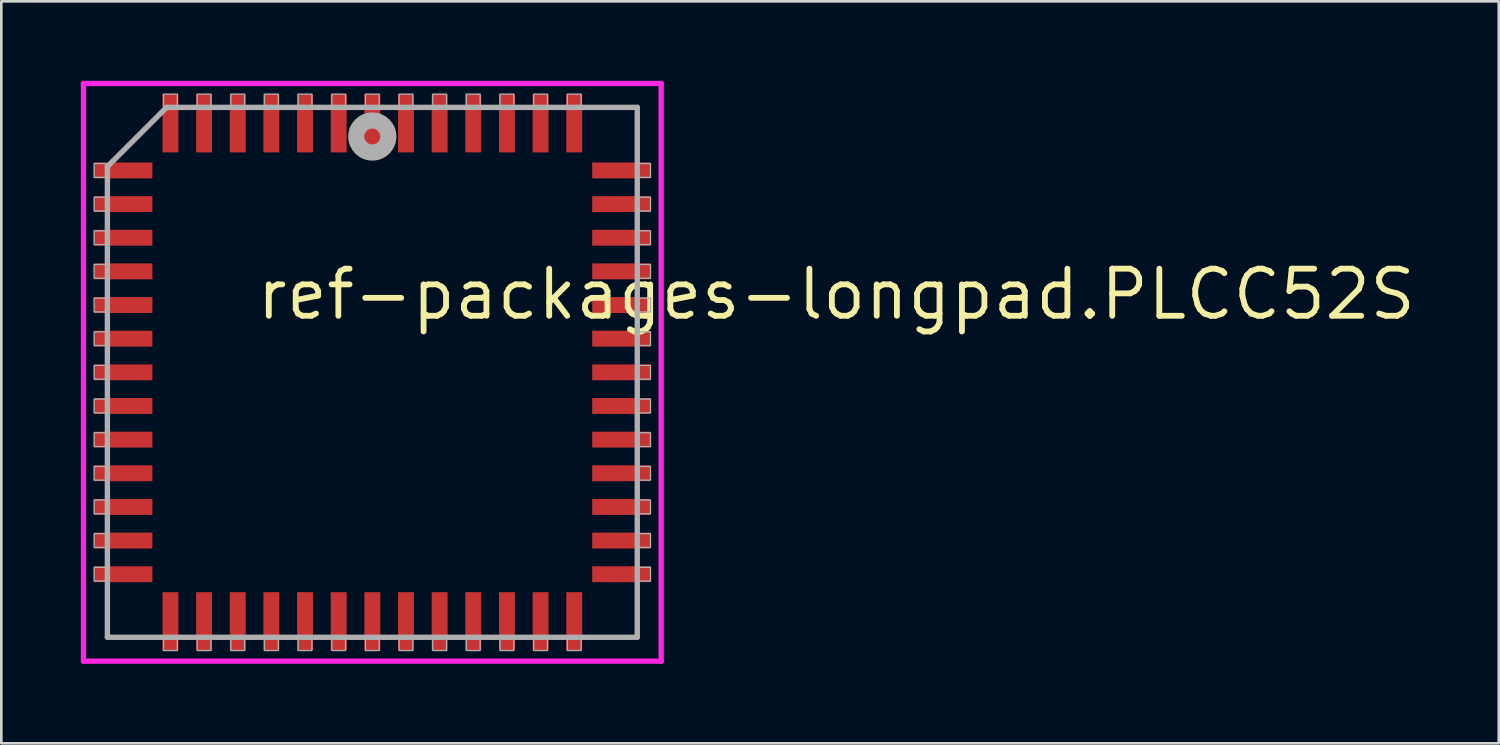
<source format=kicad_pcb>
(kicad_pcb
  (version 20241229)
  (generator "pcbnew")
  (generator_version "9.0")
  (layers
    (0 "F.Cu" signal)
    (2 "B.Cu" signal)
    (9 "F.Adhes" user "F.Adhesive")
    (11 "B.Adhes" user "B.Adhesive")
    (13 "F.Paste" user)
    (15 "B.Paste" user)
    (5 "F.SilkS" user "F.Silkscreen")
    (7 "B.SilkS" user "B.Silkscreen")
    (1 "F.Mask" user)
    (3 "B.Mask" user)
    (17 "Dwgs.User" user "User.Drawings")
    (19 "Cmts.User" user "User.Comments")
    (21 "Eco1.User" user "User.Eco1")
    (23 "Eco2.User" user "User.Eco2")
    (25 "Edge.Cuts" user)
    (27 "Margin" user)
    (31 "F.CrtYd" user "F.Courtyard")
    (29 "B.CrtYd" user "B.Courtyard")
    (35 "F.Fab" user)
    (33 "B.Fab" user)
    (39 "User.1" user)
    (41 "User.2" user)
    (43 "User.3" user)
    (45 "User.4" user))
  (footprint "ref-packages-longpad.PLCC52S"
    (layer "F.Cu")
    (at 11.003 11.003)
    (property "Reference" "ref-packages-longpad.PLCC52S" (at -4.475 -1.905 0) (layer "F.SilkS") (effects (font (size 1.778 1.778) (thickness 0.22)) (justify left bottom)))
    (attr smd)
    (fp_line (start -10.903 -10.903) (end 10.903 -10.903) (stroke (width 0.2) (type default)) (layer "F.CrtYd"))
    (fp_line (start -10.903 10.903) (end -10.903 -10.903) (stroke (width 0.2) (type default)) (layer "F.CrtYd"))
    (fp_line (start 10.903 -10.903) (end 10.903 10.903) (stroke (width 0.2) (type default)) (layer "F.CrtYd"))
    (fp_line (start 10.903 10.903) (end -10.903 10.903) (stroke (width 0.2) (type default)) (layer "F.CrtYd"))
    (fp_line (start -10 -7.765) (end -10 10) (stroke (width 0.203) (type default)) (layer "F.Fab"))
    (fp_line (start -10 10) (end 10 10) (stroke (width 0.203) (type default)) (layer "F.Fab"))
    (fp_line (start -7.765 -10) (end -10 -7.765) (stroke (width 0.203) (type default)) (layer "F.Fab"))
    (fp_line (start 10 -10) (end -7.765 -10) (stroke (width 0.203) (type default)) (layer "F.Fab"))
    (fp_line (start 10 10) (end 10 -10) (stroke (width 0.203) (type default)) (layer "F.Fab"))
    (fp_rect (start -10.5 -7.36) (end -10.05 -7.88) (stroke (width 0.05) (type default)) (fill no) (layer "F.Fab"))
    (fp_rect (start -10.5 -6.09) (end -10.05 -6.61) (stroke (width 0.05) (type default)) (fill no) (layer "F.Fab"))
    (fp_rect (start -10.5 -4.82) (end -10.05 -5.34) (stroke (width 0.05) (type default)) (fill no) (layer "F.Fab"))
    (fp_rect (start -10.5 -3.55) (end -10.05 -4.07) (stroke (width 0.05) (type default)) (fill no) (layer "F.Fab"))
    (fp_rect (start -10.5 -2.28) (end -10.05 -2.8) (stroke (width 0.05) (type default)) (fill no) (layer "F.Fab"))
    (fp_rect (start -10.5 -1.01) (end -10.05 -1.53) (stroke (width 0.05) (type default)) (fill no) (layer "F.Fab"))
    (fp_rect (start -10.5 0.26) (end -10.05 -0.26) (stroke (width 0.05) (type default)) (fill no) (layer "F.Fab"))
    (fp_rect (start -10.5 1.53) (end -10.05 1.01) (stroke (width 0.05) (type default)) (fill no) (layer "F.Fab"))
    (fp_rect (start -10.5 2.8) (end -10.05 2.28) (stroke (width 0.05) (type default)) (fill no) (layer "F.Fab"))
    (fp_rect (start -10.5 4.07) (end -10.05 3.55) (stroke (width 0.05) (type default)) (fill no) (layer "F.Fab"))
    (fp_rect (start -10.5 5.34) (end -10.05 4.82) (stroke (width 0.05) (type default)) (fill no) (layer "F.Fab"))
    (fp_rect (start -10.5 6.61) (end -10.05 6.09) (stroke (width 0.05) (type default)) (fill no) (layer "F.Fab"))
    (fp_rect (start -10.5 7.88) (end -10.05 7.36) (stroke (width 0.05) (type default)) (fill no) (layer "F.Fab"))
    (fp_rect (start -7.88 -10.05) (end -7.36 -10.5) (stroke (width 0.05) (type default)) (fill no) (layer "F.Fab"))
    (fp_rect (start -7.88 10.5) (end -7.36 10.05) (stroke (width 0.05) (type default)) (fill no) (layer "F.Fab"))
    (fp_rect (start -6.61 -10.05) (end -6.09 -10.5) (stroke (width 0.05) (type default)) (fill no) (layer "F.Fab"))
    (fp_rect (start -6.61 10.5) (end -6.09 10.05) (stroke (width 0.05) (type default)) (fill no) (layer "F.Fab"))
    (fp_rect (start -5.34 -10.05) (end -4.82 -10.5) (stroke (width 0.05) (type default)) (fill no) (layer "F.Fab"))
    (fp_rect (start -5.34 10.5) (end -4.82 10.05) (stroke (width 0.05) (type default)) (fill no) (layer "F.Fab"))
    (fp_rect (start -4.07 -10.05) (end -3.55 -10.5) (stroke (width 0.05) (type default)) (fill no) (layer "F.Fab"))
    (fp_rect (start -4.07 10.5) (end -3.55 10.05) (stroke (width 0.05) (type default)) (fill no) (layer "F.Fab"))
    (fp_rect (start -2.8 -10.05) (end -2.28 -10.5) (stroke (width 0.05) (type default)) (fill no) (layer "F.Fab"))
    (fp_rect (start -2.8 10.5) (end -2.28 10.05) (stroke (width 0.05) (type default)) (fill no) (layer "F.Fab"))
    (fp_rect (start -1.53 -10.05) (end -1.01 -10.5) (stroke (width 0.05) (type default)) (fill no) (layer "F.Fab"))
    (fp_rect (start -1.53 10.5) (end -1.01 10.05) (stroke (width 0.05) (type default)) (fill no) (layer "F.Fab"))
    (fp_rect (start -0.26 -10.05) (end 0.26 -10.5) (stroke (width 0.05) (type default)) (fill no) (layer "F.Fab"))
    (fp_rect (start -0.26 10.5) (end 0.26 10.05) (stroke (width 0.05) (type default)) (fill no) (layer "F.Fab"))
    (fp_rect (start 1.01 -10.05) (end 1.53 -10.5) (stroke (width 0.05) (type default)) (fill no) (layer "F.Fab"))
    (fp_rect (start 1.01 10.5) (end 1.53 10.05) (stroke (width 0.05) (type default)) (fill no) (layer "F.Fab"))
    (fp_rect (start 2.28 -10.05) (end 2.8 -10.5) (stroke (width 0.05) (type default)) (fill no) (layer "F.Fab"))
    (fp_rect (start 2.28 10.5) (end 2.8 10.05) (stroke (width 0.05) (type default)) (fill no) (layer "F.Fab"))
    (fp_rect (start 3.55 -10.05) (end 4.07 -10.5) (stroke (width 0.05) (type default)) (fill no) (layer "F.Fab"))
    (fp_rect (start 3.55 10.5) (end 4.07 10.05) (stroke (width 0.05) (type default)) (fill no) (layer "F.Fab"))
    (fp_rect (start 4.82 -10.05) (end 5.34 -10.5) (stroke (width 0.05) (type default)) (fill no) (layer "F.Fab"))
    (fp_rect (start 4.82 10.5) (end 5.34 10.05) (stroke (width 0.05) (type default)) (fill no) (layer "F.Fab"))
    (fp_rect (start 6.09 -10.05) (end 6.61 -10.5) (stroke (width 0.05) (type default)) (fill no) (layer "F.Fab"))
    (fp_rect (start 6.09 10.5) (end 6.61 10.05) (stroke (width 0.05) (type default)) (fill no) (layer "F.Fab"))
    (fp_rect (start 7.36 -10.05) (end 7.88 -10.5) (stroke (width 0.05) (type default)) (fill no) (layer "F.Fab"))
    (fp_rect (start 7.36 10.5) (end 7.88 10.05) (stroke (width 0.05) (type default)) (fill no) (layer "F.Fab"))
    (fp_rect (start 10.05 -7.36) (end 10.5 -7.88) (stroke (width 0.05) (type default)) (fill no) (layer "F.Fab"))
    (fp_rect (start 10.05 -6.09) (end 10.5 -6.61) (stroke (width 0.05) (type default)) (fill no) (layer "F.Fab"))
    (fp_rect (start 10.05 -4.82) (end 10.5 -5.34) (stroke (width 0.05) (type default)) (fill no) (layer "F.Fab"))
    (fp_rect (start 10.05 -3.55) (end 10.5 -4.07) (stroke (width 0.05) (type default)) (fill no) (layer "F.Fab"))
    (fp_rect (start 10.05 -2.28) (end 10.5 -2.8) (stroke (width 0.05) (type default)) (fill no) (layer "F.Fab"))
    (fp_rect (start 10.05 -1.01) (end 10.5 -1.53) (stroke (width 0.05) (type default)) (fill no) (layer "F.Fab"))
    (fp_rect (start 10.05 0.26) (end 10.5 -0.26) (stroke (width 0.05) (type default)) (fill no) (layer "F.Fab"))
    (fp_rect (start 10.05 1.53) (end 10.5 1.01) (stroke (width 0.05) (type default)) (fill no) (layer "F.Fab"))
    (fp_rect (start 10.05 2.8) (end 10.5 2.28) (stroke (width 0.05) (type default)) (fill no) (layer "F.Fab"))
    (fp_rect (start 10.05 4.07) (end 10.5 3.55) (stroke (width 0.05) (type default)) (fill no) (layer "F.Fab"))
    (fp_rect (start 10.05 5.34) (end 10.5 4.82) (stroke (width 0.05) (type default)) (fill no) (layer "F.Fab"))
    (fp_rect (start 10.05 6.61) (end 10.5 6.09) (stroke (width 0.05) (type default)) (fill no) (layer "F.Fab"))
    (fp_rect (start 10.05 7.88) (end 10.5 7.36) (stroke (width 0.05) (type default)) (fill no) (layer "F.Fab"))
    (fp_circle (center 0 -8.9) (end 0.3 -8.9) (stroke (width 0.61) (type default)) (fill no) (layer "F.Fab"))
    (pad "1" smd roundrect (at 0 -9.4) (size 0.6 2.2) (layers "F.Cu" "F.Mask" "F.Paste") (roundrect_rratio 0.01))
    (pad "2" smd roundrect (at -1.27 -9.4) (size 0.6 2.2) (layers "F.Cu" "F.Mask" "F.Paste") (roundrect_rratio 0.01))
    (pad "3" smd roundrect (at -2.54 -9.4) (size 0.6 2.2) (layers "F.Cu" "F.Mask" "F.Paste") (roundrect_rratio 0.01))
    (pad "4" smd roundrect (at -3.81 -9.4) (size 0.6 2.2) (layers "F.Cu" "F.Mask" "F.Paste") (roundrect_rratio 0.01))
    (pad "5" smd roundrect (at -5.08 -9.4) (size 0.6 2.2) (layers "F.Cu" "F.Mask" "F.Paste") (roundrect_rratio 0.01))
    (pad "6" smd roundrect (at -6.35 -9.4) (size 0.6 2.2) (layers "F.Cu" "F.Mask" "F.Paste") (roundrect_rratio 0.01))
    (pad "7" smd roundrect (at -7.62 -9.4) (size 0.6 2.2) (layers "F.Cu" "F.Mask" "F.Paste") (roundrect_rratio 0.01))
    (pad "8" smd roundrect (at -9.4 -7.62) (size 2.2 0.6) (layers "F.Cu" "F.Mask" "F.Paste") (roundrect_rratio 0.01))
    (pad "9" smd roundrect (at -9.4 -6.35) (size 2.2 0.6) (layers "F.Cu" "F.Mask" "F.Paste") (roundrect_rratio 0.01))
    (pad "10" smd roundrect (at -9.4 -5.08) (size 2.2 0.6) (layers "F.Cu" "F.Mask" "F.Paste") (roundrect_rratio 0.01))
    (pad "11" smd roundrect (at -9.4 -3.81) (size 2.2 0.6) (layers "F.Cu" "F.Mask" "F.Paste") (roundrect_rratio 0.01))
    (pad "12" smd roundrect (at -9.4 -2.54) (size 2.2 0.6) (layers "F.Cu" "F.Mask" "F.Paste") (roundrect_rratio 0.01))
    (pad "13" smd roundrect (at -9.4 -1.27) (size 2.2 0.6) (layers "F.Cu" "F.Mask" "F.Paste") (roundrect_rratio 0.01))
    (pad "14" smd roundrect (at -9.4 0) (size 2.2 0.6) (layers "F.Cu" "F.Mask" "F.Paste") (roundrect_rratio 0.01))
    (pad "15" smd roundrect (at -9.4 1.27) (size 2.2 0.6) (layers "F.Cu" "F.Mask" "F.Paste") (roundrect_rratio 0.01))
    (pad "16" smd roundrect (at -9.4 2.54) (size 2.2 0.6) (layers "F.Cu" "F.Mask" "F.Paste") (roundrect_rratio 0.01))
    (pad "17" smd roundrect (at -9.4 3.81) (size 2.2 0.6) (layers "F.Cu" "F.Mask" "F.Paste") (roundrect_rratio 0.01))
    (pad "18" smd roundrect (at -9.4 5.08) (size 2.2 0.6) (layers "F.Cu" "F.Mask" "F.Paste") (roundrect_rratio 0.01))
    (pad "19" smd roundrect (at -9.4 6.35) (size 2.2 0.6) (layers "F.Cu" "F.Mask" "F.Paste") (roundrect_rratio 0.01))
    (pad "20" smd roundrect (at -9.4 7.62) (size 2.2 0.6) (layers "F.Cu" "F.Mask" "F.Paste") (roundrect_rratio 0.01))
    (pad "21" smd roundrect (at -7.62 9.4) (size 0.6 2.2) (layers "F.Cu" "F.Mask" "F.Paste") (roundrect_rratio 0.01))
    (pad "22" smd roundrect (at -6.35 9.4) (size 0.6 2.2) (layers "F.Cu" "F.Mask" "F.Paste") (roundrect_rratio 0.01))
    (pad "23" smd roundrect (at -5.08 9.4) (size 0.6 2.2) (layers "F.Cu" "F.Mask" "F.Paste") (roundrect_rratio 0.01))
    (pad "24" smd roundrect (at -3.81 9.4) (size 0.6 2.2) (layers "F.Cu" "F.Mask" "F.Paste") (roundrect_rratio 0.01))
    (pad "25" smd roundrect (at -2.54 9.4) (size 0.6 2.2) (layers "F.Cu" "F.Mask" "F.Paste") (roundrect_rratio 0.01))
    (pad "26" smd roundrect (at -1.27 9.4) (size 0.6 2.2) (layers "F.Cu" "F.Mask" "F.Paste") (roundrect_rratio 0.01))
    (pad "27" smd roundrect (at 0 9.4) (size 0.6 2.2) (layers "F.Cu" "F.Mask" "F.Paste") (roundrect_rratio 0.01))
    (pad "28" smd roundrect (at 1.27 9.4) (size 0.6 2.2) (layers "F.Cu" "F.Mask" "F.Paste") (roundrect_rratio 0.01))
    (pad "29" smd roundrect (at 2.54 9.4) (size 0.6 2.2) (layers "F.Cu" "F.Mask" "F.Paste") (roundrect_rratio 0.01))
    (pad "30" smd roundrect (at 3.81 9.4) (size 0.6 2.2) (layers "F.Cu" "F.Mask" "F.Paste") (roundrect_rratio 0.01))
    (pad "31" smd roundrect (at 5.08 9.4) (size 0.6 2.2) (layers "F.Cu" "F.Mask" "F.Paste") (roundrect_rratio 0.01))
    (pad "32" smd roundrect (at 6.35 9.4) (size 0.6 2.2) (layers "F.Cu" "F.Mask" "F.Paste") (roundrect_rratio 0.01))
    (pad "33" smd roundrect (at 7.62 9.4) (size 0.6 2.2) (layers "F.Cu" "F.Mask" "F.Paste") (roundrect_rratio 0.01))
    (pad "34" smd roundrect (at 9.4 7.62) (size 2.2 0.6) (layers "F.Cu" "F.Mask" "F.Paste") (roundrect_rratio 0.01))
    (pad "35" smd roundrect (at 9.4 6.35) (size 2.2 0.6) (layers "F.Cu" "F.Mask" "F.Paste") (roundrect_rratio 0.01))
    (pad "36" smd roundrect (at 9.4 5.08) (size 2.2 0.6) (layers "F.Cu" "F.Mask" "F.Paste") (roundrect_rratio 0.01))
    (pad "37" smd roundrect (at 9.4 3.81) (size 2.2 0.6) (layers "F.Cu" "F.Mask" "F.Paste") (roundrect_rratio 0.01))
    (pad "38" smd roundrect (at 9.4 2.54) (size 2.2 0.6) (layers "F.Cu" "F.Mask" "F.Paste") (roundrect_rratio 0.01))
    (pad "39" smd roundrect (at 9.4 1.27) (size 2.2 0.6) (layers "F.Cu" "F.Mask" "F.Paste") (roundrect_rratio 0.01))
    (pad "40" smd roundrect (at 9.4 0) (size 2.2 0.6) (layers "F.Cu" "F.Mask" "F.Paste") (roundrect_rratio 0.01))
    (pad "41" smd roundrect (at 9.4 -1.27) (size 2.2 0.6) (layers "F.Cu" "F.Mask" "F.Paste") (roundrect_rratio 0.01))
    (pad "42" smd roundrect (at 9.4 -2.54) (size 2.2 0.6) (layers "F.Cu" "F.Mask" "F.Paste") (roundrect_rratio 0.01))
    (pad "43" smd roundrect (at 9.4 -3.81) (size 2.2 0.6) (layers "F.Cu" "F.Mask" "F.Paste") (roundrect_rratio 0.01))
    (pad "44" smd roundrect (at 9.4 -5.08) (size 2.2 0.6) (layers "F.Cu" "F.Mask" "F.Paste") (roundrect_rratio 0.01))
    (pad "45" smd roundrect (at 9.4 -6.35) (size 2.2 0.6) (layers "F.Cu" "F.Mask" "F.Paste") (roundrect_rratio 0.01))
    (pad "46" smd roundrect (at 9.4 -7.62) (size 2.2 0.6) (layers "F.Cu" "F.Mask" "F.Paste") (roundrect_rratio 0.01))
    (pad "47" smd roundrect (at 7.62 -9.4) (size 0.6 2.2) (layers "F.Cu" "F.Mask" "F.Paste") (roundrect_rratio 0.01))
    (pad "48" smd roundrect (at 6.35 -9.4) (size 0.6 2.2) (layers "F.Cu" "F.Mask" "F.Paste") (roundrect_rratio 0.01))
    (pad "49" smd roundrect (at 5.08 -9.4) (size 0.6 2.2) (layers "F.Cu" "F.Mask" "F.Paste") (roundrect_rratio 0.01))
    (pad "50" smd roundrect (at 3.81 -9.4) (size 0.6 2.2) (layers "F.Cu" "F.Mask" "F.Paste") (roundrect_rratio 0.01))
    (pad "51" smd roundrect (at 2.54 -9.4) (size 0.6 2.2) (layers "F.Cu" "F.Mask" "F.Paste") (roundrect_rratio 0.01))
    (pad "52" smd roundrect (at 1.27 -9.4) (size 0.6 2.2) (layers "F.Cu" "F.Mask" "F.Paste") (roundrect_rratio 0.01)))
  (gr_rect
    (start -3 -3)
    (end 53.52 25.006)
    (stroke (width 0.1) (type default))
    (fill no)
    (layer "Edge.Cuts")))
</source>
